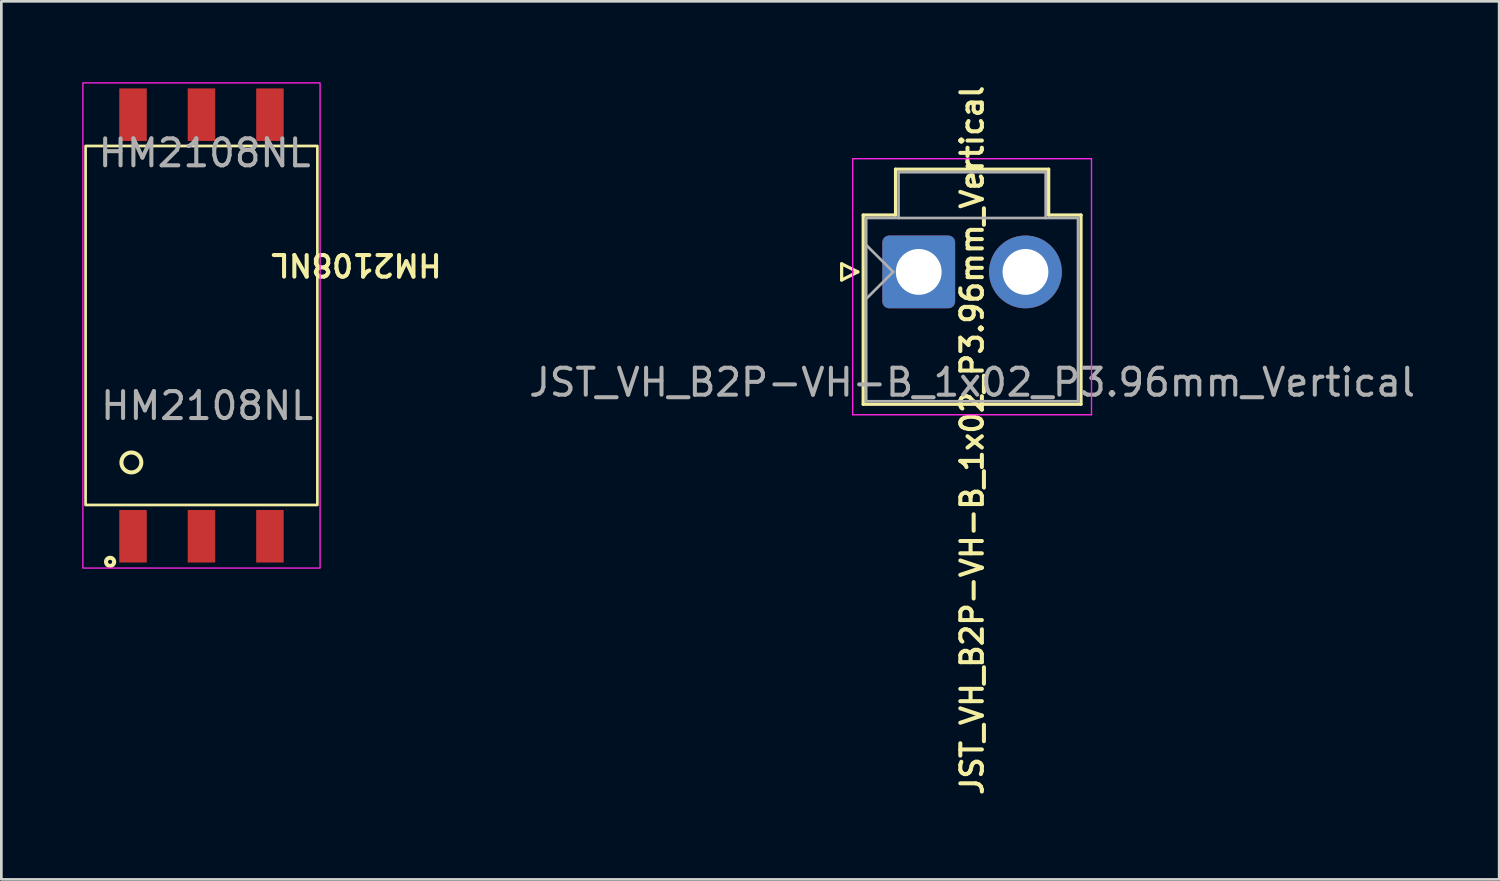
<source format=kicad_pcb>
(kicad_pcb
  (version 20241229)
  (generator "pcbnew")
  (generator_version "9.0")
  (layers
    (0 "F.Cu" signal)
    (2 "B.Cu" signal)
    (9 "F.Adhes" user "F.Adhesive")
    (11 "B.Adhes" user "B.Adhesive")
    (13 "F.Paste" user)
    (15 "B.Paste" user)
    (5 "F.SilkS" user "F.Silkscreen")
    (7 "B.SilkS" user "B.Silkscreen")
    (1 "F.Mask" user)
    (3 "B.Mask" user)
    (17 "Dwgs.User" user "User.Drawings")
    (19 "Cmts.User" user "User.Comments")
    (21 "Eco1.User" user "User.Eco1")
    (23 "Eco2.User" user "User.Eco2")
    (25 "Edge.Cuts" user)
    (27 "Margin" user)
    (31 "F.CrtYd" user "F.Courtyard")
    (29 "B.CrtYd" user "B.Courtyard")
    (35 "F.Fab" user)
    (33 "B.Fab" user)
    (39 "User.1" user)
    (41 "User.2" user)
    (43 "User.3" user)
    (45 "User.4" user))
  (footprint "JST_VH_B2P-VH-B_1x02_P3.96mm_Vertical"
    (layer "F.Cu")
    (at 31.036 7.038)
    (property "Reference" "JST_VH_B2P-VH-B_1x02_P3.96mm_Vertical" (at 1.98 6.25 270) (layer "F.SilkS") (effects (font (size 0.8 0.8) (thickness 0.15))))
    (attr through_hole)
    (fp_line (start -2.86 -0.3) (end -2.26 0) (stroke (width 0.12) (type solid)) (layer "F.SilkS"))
    (fp_line (start -2.86 0.3) (end -2.86 -0.3) (stroke (width 0.12) (type solid)) (layer "F.SilkS"))
    (fp_line (start -2.26 0) (end -2.86 0.3) (stroke (width 0.12) (type solid)) (layer "F.SilkS"))
    (fp_line (start -2.06 -2.11) (end -0.86 -2.11) (stroke (width 0.12) (type solid)) (layer "F.SilkS"))
    (fp_line (start -2.06 4.91) (end -2.06 -2.11) (stroke (width 0.12) (type solid)) (layer "F.SilkS"))
    (fp_line (start -0.86 -3.81) (end 4.82 -3.81) (stroke (width 0.12) (type solid)) (layer "F.SilkS"))
    (fp_line (start -0.86 -2.11) (end -0.86 -3.81) (stroke (width 0.12) (type solid)) (layer "F.SilkS"))
    (fp_line (start 4.82 -3.81) (end 4.82 -2.11) (stroke (width 0.12) (type solid)) (layer "F.SilkS"))
    (fp_line (start 4.82 -2.11) (end 6.02 -2.11) (stroke (width 0.12) (type solid)) (layer "F.SilkS"))
    (fp_line (start 6.02 -2.11) (end 6.02 4.91) (stroke (width 0.12) (type solid)) (layer "F.SilkS"))
    (fp_line (start 6.02 4.91) (end -2.06 4.91) (stroke (width 0.12) (type solid)) (layer "F.SilkS"))
    (fp_line (start -2.45 -4.2) (end -2.45 5.3) (stroke (width 0.05) (type solid)) (layer "F.CrtYd"))
    (fp_line (start -2.45 5.3) (end 6.41 5.3) (stroke (width 0.05) (type solid)) (layer "F.CrtYd"))
    (fp_line (start 6.41 -4.2) (end -2.45 -4.2) (stroke (width 0.05) (type solid)) (layer "F.CrtYd"))
    (fp_line (start 6.41 5.3) (end 6.41 -4.2) (stroke (width 0.05) (type solid)) (layer "F.CrtYd"))
    (fp_line (start -1.95 -2) (end -1.95 4.8) (stroke (width 0.1) (type solid)) (layer "F.Fab"))
    (fp_line (start -1.95 -1) (end -0.95 0) (stroke (width 0.1) (type solid)) (layer "F.Fab"))
    (fp_line (start -1.95 1) (end -0.95 0) (stroke (width 0.1) (type solid)) (layer "F.Fab"))
    (fp_line (start -1.95 4.8) (end 5.91 4.8) (stroke (width 0.1) (type solid)) (layer "F.Fab"))
    (fp_line (start -0.75 -3.7) (end 4.71 -3.7) (stroke (width 0.1) (type solid)) (layer "F.Fab"))
    (fp_line (start -0.75 -2) (end -0.75 -3.7) (stroke (width 0.1) (type solid)) (layer "F.Fab"))
    (fp_line (start 4.71 -3.7) (end 4.71 -2) (stroke (width 0.1) (type solid)) (layer "F.Fab"))
    (fp_line (start 5.91 -2) (end -1.95 -2) (stroke (width 0.1) (type solid)) (layer "F.Fab"))
    (fp_line (start 5.91 4.8) (end 5.91 -2) (stroke (width 0.1) (type solid)) (layer "F.Fab"))
    (fp_text user "${REFERENCE}" (at 1.98 4.1 180) (layer "F.Fab") (effects (font (size 1 1) (thickness 0.15))))
    (pad "1" thru_hole roundrect (at 0 0) (size 2.7 2.7) (drill 1.7) (layers "*.Cu" "*.Mask") (roundrect_rratio 0.093))
    (pad "2" thru_hole circle (at 3.96 0) (size 2.7 2.7) (drill 1.7) (layers "*.Cu" "*.Mask")))
  (footprint "HM2108NL"
    (layer "F.Cu")
    (at 4.425 9.025)
    (property "Reference" "HM2108NL" (at 5.75 -2.25 180) (unlocked yes) (layer "F.SilkS") (effects (font (size 0.8 0.8) (thickness 0.15))))
    (attr smd)
    (fp_rect (start -4.3 -6.66) (end 4.3 6.66) (stroke (width 0.1) (type default)) (fill no) (layer "F.SilkS"))
    (fp_circle (center -3.39 8.77) (end -3.24 8.75) (stroke (width 0.15) (type solid)) (fill no) (layer "F.SilkS"))
    (fp_circle (center -2.601 5.083) (end -2.245 4.982) (stroke (width 0.15) (type solid)) (fill no) (layer "F.SilkS"))
    (fp_rect (start -4.4 -9) (end 4.4 9) (stroke (width 0.05) (type default)) (fill no) (layer "F.CrtYd"))
    (fp_text user "${REFERENCE}" (at 0.21 2.98 0) (unlocked yes) (layer "F.Fab") (effects (font (size 1 1) (thickness 0.15))))
    (fp_text user "${REFERENCE}" (at 0.117 -6.397 180) (layer "F.Fab") (effects (font (size 1 1) (thickness 0.15))))
    (pad "1" smd rect (at -2.54 7.82) (size 1.02 1.95) (layers "F.Cu" "F.Mask" "F.Paste"))
    (pad "2" smd rect (at 0 7.82) (size 1.02 1.95) (layers "F.Cu" "F.Mask" "F.Paste"))
    (pad "3" smd rect (at 2.54 7.82) (size 1.02 1.95) (layers "F.Cu" "F.Mask" "F.Paste"))
    (pad "4" smd rect (at -2.54 -7.82) (size 1.02 1.95) (layers "F.Cu" "F.Mask" "F.Paste"))
    (pad "5" smd rect (at 0 -7.82) (size 1.02 1.95) (layers "F.Cu" "F.Mask" "F.Paste"))
    (pad "6" smd rect (at 2.54 -7.82) (size 1.02 1.95) (layers "F.Cu" "F.Mask" "F.Paste")))
  (gr_rect
    (start -3 -3)
    (end 52.57 29.576)
    (stroke (width 0.1) (type default))
    (fill no)
    (layer "Edge.Cuts")))
</source>
